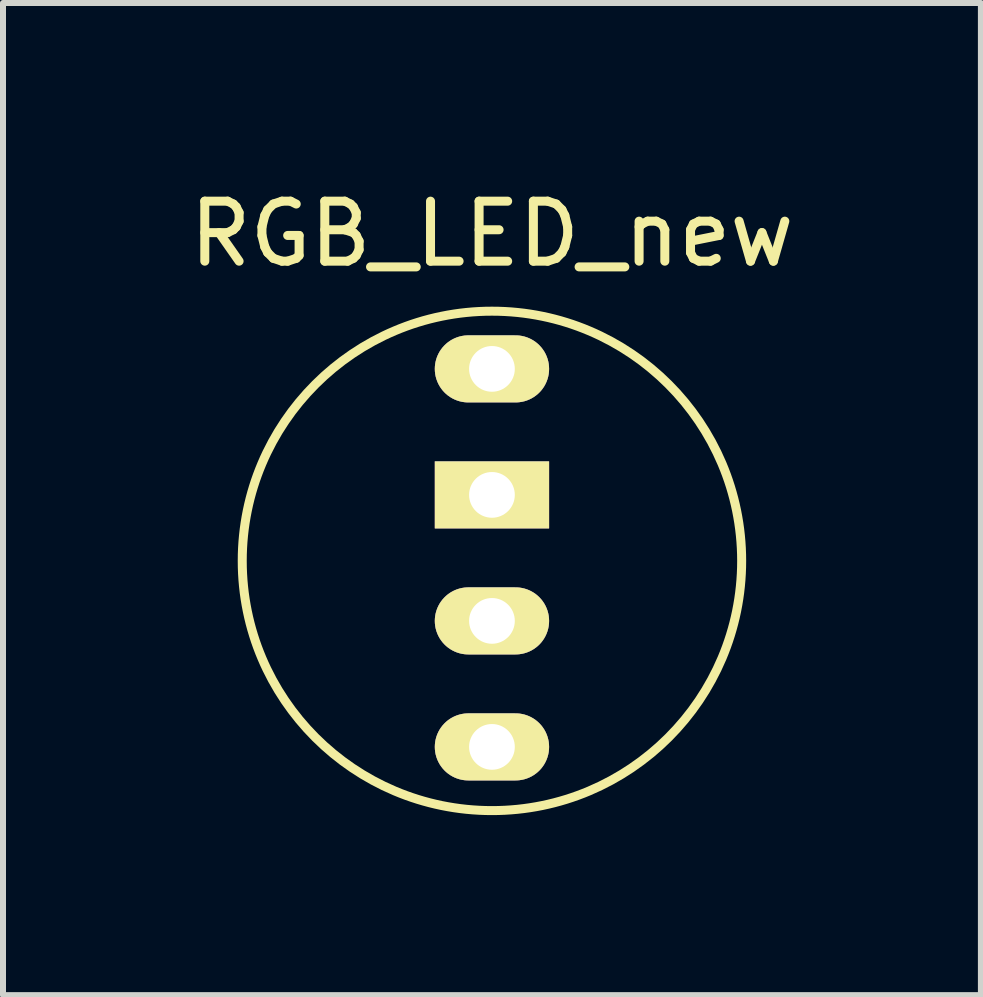
<source format=kicad_pcb>
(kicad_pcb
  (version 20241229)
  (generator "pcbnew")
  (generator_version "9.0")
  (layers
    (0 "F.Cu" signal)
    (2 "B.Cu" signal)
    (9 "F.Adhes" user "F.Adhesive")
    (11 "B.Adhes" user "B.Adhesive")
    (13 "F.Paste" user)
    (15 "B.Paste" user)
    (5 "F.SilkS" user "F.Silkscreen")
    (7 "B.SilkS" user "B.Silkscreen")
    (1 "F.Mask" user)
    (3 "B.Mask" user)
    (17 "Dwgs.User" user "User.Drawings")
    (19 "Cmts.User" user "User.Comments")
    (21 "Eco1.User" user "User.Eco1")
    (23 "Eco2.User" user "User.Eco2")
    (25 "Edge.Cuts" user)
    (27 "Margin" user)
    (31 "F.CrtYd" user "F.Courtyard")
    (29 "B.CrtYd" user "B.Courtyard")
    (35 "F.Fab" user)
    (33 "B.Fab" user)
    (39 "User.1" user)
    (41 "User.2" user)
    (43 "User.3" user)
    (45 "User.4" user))
  (footprint "RGB_LED_new"
    (layer "F.Cu")
    (at 5.149 3.098)
    (property "Reference" "RGB_LED_new" (at 0 -2.25 0) (layer "F.SilkS") (effects (font (size 1 1) (thickness 0.15))))
    (attr through_hole)
    (fp_circle (center 0 3.2) (end 3.4 0.8) (stroke (width 0.15) (type solid)) (fill no) (layer "F.SilkS"))
    (pad "1" thru_hole oval (at 0 0) (size 1.905 1.118) (drill 0.762) (layers "*.Cu" "*.Mask" "F.SilkS"))
    (pad "2" thru_hole rect (at 0 2.1) (size 1.905 1.118) (drill 0.762) (layers "*.Cu" "*.Mask" "F.SilkS"))
    (pad "3" thru_hole oval (at 0 4.2) (size 1.905 1.118) (drill 0.762) (layers "*.Cu" "*.Mask" "F.SilkS"))
    (pad "4" thru_hole oval (at 0 6.3) (size 1.905 1.118) (drill 0.762) (layers "*.Cu" "*.Mask" "F.SilkS")))
  (gr_rect
    (start -3 -3)
    (end 13.298 13.535)
    (stroke (width 0.1) (type default))
    (fill no)
    (layer "Edge.Cuts")))
</source>
